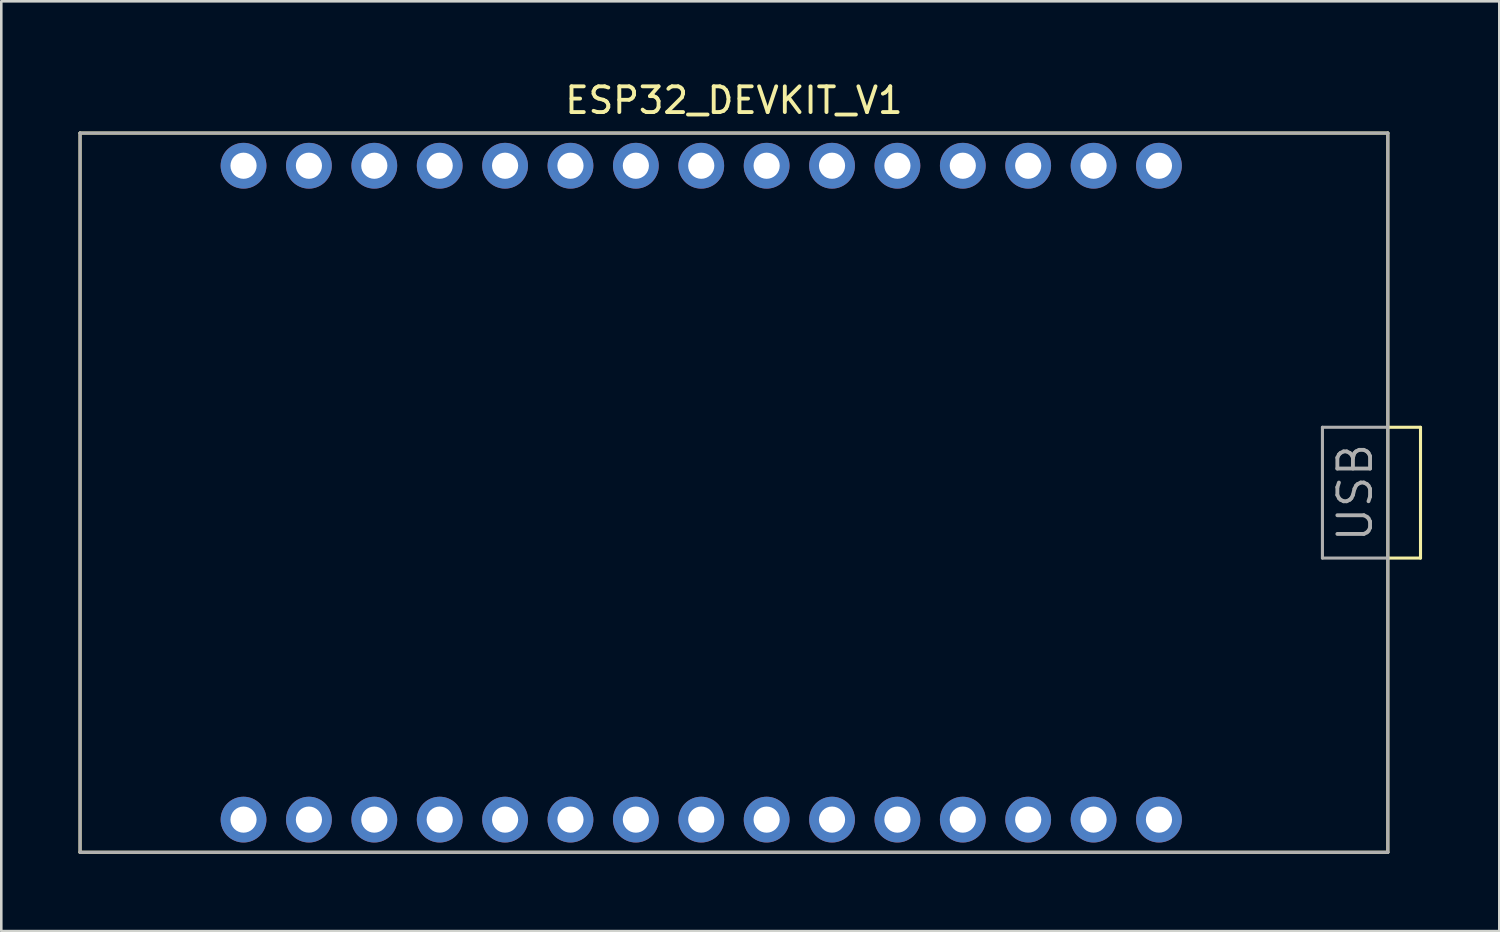
<source format=kicad_pcb>
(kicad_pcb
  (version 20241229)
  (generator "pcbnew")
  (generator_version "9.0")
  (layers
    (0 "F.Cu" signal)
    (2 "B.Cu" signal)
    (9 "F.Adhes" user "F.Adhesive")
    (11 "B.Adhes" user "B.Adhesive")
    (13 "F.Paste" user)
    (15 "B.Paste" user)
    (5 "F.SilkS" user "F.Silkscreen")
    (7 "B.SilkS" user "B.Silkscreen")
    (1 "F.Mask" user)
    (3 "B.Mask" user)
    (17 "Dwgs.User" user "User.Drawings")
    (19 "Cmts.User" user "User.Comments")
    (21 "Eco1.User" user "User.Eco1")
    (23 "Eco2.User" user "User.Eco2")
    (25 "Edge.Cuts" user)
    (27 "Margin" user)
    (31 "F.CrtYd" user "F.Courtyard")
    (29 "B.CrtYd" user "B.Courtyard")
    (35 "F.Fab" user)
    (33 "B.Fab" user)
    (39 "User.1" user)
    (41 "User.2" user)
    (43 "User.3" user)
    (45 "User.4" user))
  (footprint "ESP32_DEVKIT_V1"
    (layer "F.Cu")
    (at 25.46 16.088)
    (property "Reference" "ESP32_DEVKIT_V1" (at 0 -15.24 0) (layer "F.SilkS") (effects (font (size 1 1) (thickness 0.15))))
    (attr through_hole)
    (fp_line (start -25.4 -13.97) (end 25.4 -13.97) (stroke (width 0.12) (type solid)) (layer "F.SilkS"))
    (fp_line (start -25.4 13.97) (end -25.4 -13.97) (stroke (width 0.12) (type solid)) (layer "F.SilkS"))
    (fp_line (start 25.4 -13.97) (end 25.4 13.97) (stroke (width 0.12) (type solid)) (layer "F.SilkS"))
    (fp_line (start 25.4 -2.54) (end 26.67 -2.54) (stroke (width 0.12) (type solid)) (layer "F.SilkS"))
    (fp_line (start 25.4 13.97) (end -25.4 13.97) (stroke (width 0.12) (type solid)) (layer "F.SilkS"))
    (fp_line (start 26.67 -2.54) (end 26.67 2.54) (stroke (width 0.12) (type solid)) (layer "F.SilkS"))
    (fp_line (start 26.67 2.54) (end 25.4 2.54) (stroke (width 0.12) (type solid)) (layer "F.SilkS"))
    (fp_line (start -25.4 -13.97) (end -25.4 13.97) (stroke (width 0.12) (type solid)) (layer "F.Fab"))
    (fp_line (start -25.4 13.97) (end 25.4 13.97) (stroke (width 0.12) (type solid)) (layer "F.Fab"))
    (fp_line (start 22.86 -2.54) (end 22.86 2.54) (stroke (width 0.12) (type solid)) (layer "F.Fab"))
    (fp_line (start 22.86 2.54) (end 25.4 2.54) (stroke (width 0.12) (type solid)) (layer "F.Fab"))
    (fp_line (start 25.4 -13.97) (end -25.4 -13.97) (stroke (width 0.12) (type solid)) (layer "F.Fab"))
    (fp_line (start 25.4 -2.54) (end 22.86 -2.54) (stroke (width 0.12) (type solid)) (layer "F.Fab"))
    (fp_line (start 25.4 13.97) (end 25.4 -13.97) (stroke (width 0.12) (type solid)) (layer "F.Fab"))
    (fp_text user "USB" (at 24.13 0 90) (layer "F.Fab") (effects (font (size 1.27 1.27) (thickness 0.15))))
    (pad "1" thru_hole circle (at -19.05 12.7) (size 1.778 1.778) (drill 1.016) (layers "*.Cu" "*.Mask"))
    (pad "2" thru_hole circle (at -16.51 12.7) (size 1.778 1.778) (drill 1.016) (layers "*.Cu" "*.Mask"))
    (pad "3" thru_hole circle (at -13.97 12.7) (size 1.778 1.778) (drill 1.016) (layers "*.Cu" "*.Mask"))
    (pad "4" thru_hole circle (at -11.43 12.7) (size 1.778 1.778) (drill 1.016) (layers "*.Cu" "*.Mask"))
    (pad "5" thru_hole circle (at -8.89 12.7) (size 1.778 1.778) (drill 1.016) (layers "*.Cu" "*.Mask"))
    (pad "6" thru_hole circle (at -6.35 12.7) (size 1.778 1.778) (drill 1.016) (layers "*.Cu" "*.Mask"))
    (pad "7" thru_hole circle (at -3.81 12.7) (size 1.778 1.778) (drill 1.016) (layers "*.Cu" "*.Mask"))
    (pad "8" thru_hole circle (at -1.27 12.7) (size 1.778 1.778) (drill 1.016) (layers "*.Cu" "*.Mask"))
    (pad "9" thru_hole circle (at 1.27 12.7) (size 1.778 1.778) (drill 1.016) (layers "*.Cu" "*.Mask"))
    (pad "10" thru_hole circle (at 3.81 12.7) (size 1.778 1.778) (drill 1.016) (layers "*.Cu" "*.Mask"))
    (pad "11" thru_hole circle (at 6.35 12.7) (size 1.778 1.778) (drill 1.016) (layers "*.Cu" "*.Mask"))
    (pad "12" thru_hole circle (at 8.89 12.7) (size 1.778 1.778) (drill 1.016) (layers "*.Cu" "*.Mask"))
    (pad "13" thru_hole circle (at 11.43 12.7) (size 1.778 1.778) (drill 1.016) (layers "*.Cu" "*.Mask"))
    (pad "14" thru_hole circle (at 13.97 12.7) (size 1.778 1.778) (drill 1.016) (layers "*.Cu" "*.Mask"))
    (pad "15" thru_hole circle (at 16.51 12.7) (size 1.778 1.778) (drill 1.016) (layers "*.Cu" "*.Mask"))
    (pad "16" thru_hole circle (at 16.51 -12.7) (size 1.778 1.778) (drill 1.016) (layers "*.Cu" "*.Mask"))
    (pad "17" thru_hole circle (at 13.97 -12.7) (size 1.778 1.778) (drill 1.016) (layers "*.Cu" "*.Mask"))
    (pad "18" thru_hole circle (at 11.43 -12.7) (size 1.778 1.778) (drill 1.016) (layers "*.Cu" "*.Mask"))
    (pad "19" thru_hole circle (at 8.89 -12.7) (size 1.778 1.778) (drill 1.016) (layers "*.Cu" "*.Mask"))
    (pad "20" thru_hole circle (at 6.35 -12.7) (size 1.778 1.778) (drill 1.016) (layers "*.Cu" "*.Mask"))
    (pad "21" thru_hole circle (at 3.81 -12.7) (size 1.778 1.778) (drill 1.016) (layers "*.Cu" "*.Mask"))
    (pad "22" thru_hole circle (at 1.27 -12.7) (size 1.778 1.778) (drill 1.016) (layers "*.Cu" "*.Mask"))
    (pad "23" thru_hole circle (at -1.27 -12.7) (size 1.778 1.778) (drill 1.016) (layers "*.Cu" "*.Mask"))
    (pad "24" thru_hole circle (at -3.81 -12.7) (size 1.778 1.778) (drill 1.016) (layers "*.Cu" "*.Mask"))
    (pad "25" thru_hole circle (at -6.35 -12.7) (size 1.778 1.778) (drill 1.016) (layers "*.Cu" "*.Mask"))
    (pad "26" thru_hole circle (at -8.89 -12.7) (size 1.778 1.778) (drill 1.016) (layers "*.Cu" "*.Mask"))
    (pad "27" thru_hole circle (at -11.43 -12.7) (size 1.778 1.778) (drill 1.016) (layers "*.Cu" "*.Mask"))
    (pad "28" thru_hole circle (at -13.97 -12.7) (size 1.778 1.778) (drill 1.016) (layers "*.Cu" "*.Mask"))
    (pad "29" thru_hole circle (at -16.51 -12.7) (size 1.778 1.778) (drill 1.016) (layers "*.Cu" "*.Mask"))
    (pad "30" thru_hole circle (at -19.05 -12.7) (size 1.778 1.778) (drill 1.016) (layers "*.Cu" "*.Mask")))
  (gr_rect
    (start -3 -3)
    (end 55.19 33.118)
    (stroke (width 0.1) (type default))
    (fill no)
    (layer "Edge.Cuts")))
</source>
